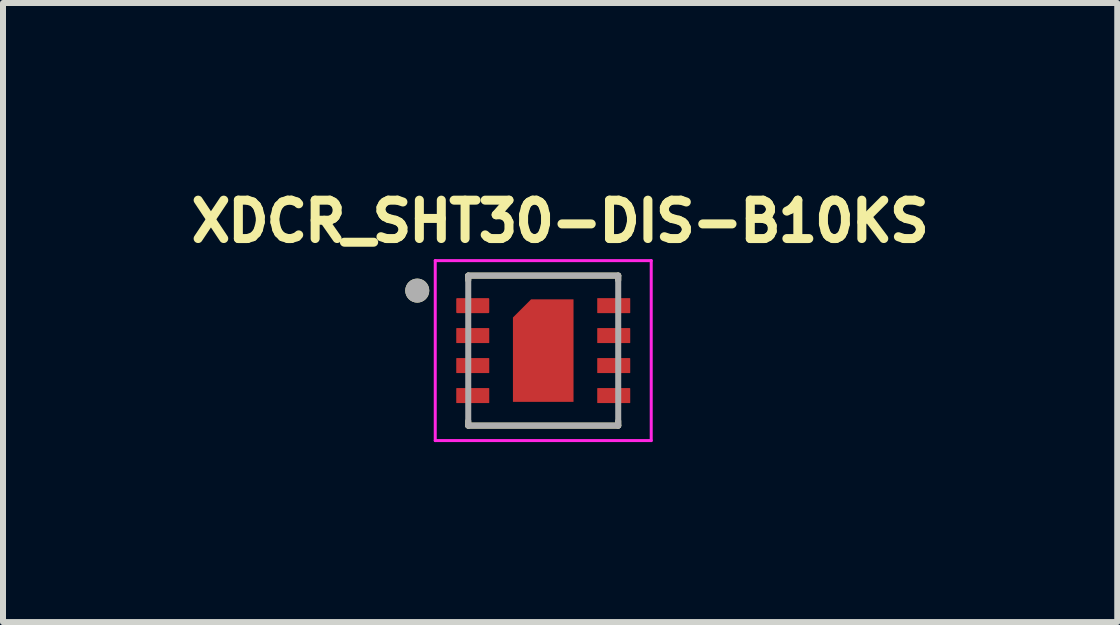
<source format=kicad_pcb>
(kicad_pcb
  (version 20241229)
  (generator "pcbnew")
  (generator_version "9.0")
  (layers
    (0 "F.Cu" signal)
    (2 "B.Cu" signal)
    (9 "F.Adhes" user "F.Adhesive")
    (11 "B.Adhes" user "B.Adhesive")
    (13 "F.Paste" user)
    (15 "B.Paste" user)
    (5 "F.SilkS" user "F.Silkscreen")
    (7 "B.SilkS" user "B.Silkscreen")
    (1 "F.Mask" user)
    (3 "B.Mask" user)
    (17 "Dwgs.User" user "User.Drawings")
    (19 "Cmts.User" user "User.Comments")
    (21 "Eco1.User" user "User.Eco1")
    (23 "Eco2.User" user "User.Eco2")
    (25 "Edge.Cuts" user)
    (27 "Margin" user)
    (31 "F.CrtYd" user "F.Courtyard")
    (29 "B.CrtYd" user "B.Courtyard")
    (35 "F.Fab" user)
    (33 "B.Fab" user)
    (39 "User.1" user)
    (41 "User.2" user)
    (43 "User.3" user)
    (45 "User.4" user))
  (footprint "XDCR_SHT30-DIS-B10KS"
    (layer "F.Cu")
    (at 6.005 2.794)
    (property "Reference" "XDCR_SHT30-DIS-B10KS" (at 0.282 -2.156 0) (layer "F.SilkS") (effects (font (size 0.64 0.64) (thickness 0.15))))
    (attr through_hole)
    (fp_poly (pts (xy -0.6 -0.621) (xy -0.6 0.85) (xy -0.6 0.855) (xy -0.599 0.86) (xy -0.599 0.866) (xy -0.598 0.871) (xy -0.597 0.876) (xy -0.595 0.881) (xy -0.593 0.886) (xy -0.591 0.891) (xy -0.589 0.895) (xy -0.587 0.9) (xy -0.584 0.904) (xy -0.581 0.909) (xy -0.578 0.913) (xy -0.574 0.917) (xy -0.571 0.921) (xy -0.567 0.924) (xy -0.563 0.928) (xy -0.559 0.931) (xy -0.554 0.934) (xy -0.55 0.937) (xy -0.545 0.939) (xy -0.541 0.941) (xy -0.536 0.943) (xy -0.531 0.945) (xy -0.526 0.947) (xy -0.521 0.948) (xy -0.516 0.949) (xy -0.51 0.949) (xy -0.505 0.95) (xy -0.5 0.95) (xy 0.5 0.95) (xy 0.505 0.95) (xy 0.51 0.949) (xy 0.516 0.949) (xy 0.521 0.948) (xy 0.526 0.947) (xy 0.531 0.945) (xy 0.536 0.943) (xy 0.541 0.941) (xy 0.545 0.939) (xy 0.55 0.937) (xy 0.554 0.934) (xy 0.559 0.931) (xy 0.563 0.928) (xy 0.567 0.924) (xy 0.571 0.921) (xy 0.574 0.917) (xy 0.578 0.913) (xy 0.581 0.909) (xy 0.584 0.904) (xy 0.587 0.9) (xy 0.589 0.895) (xy 0.591 0.891) (xy 0.593 0.886) (xy 0.595 0.881) (xy 0.597 0.876) (xy 0.598 0.871) (xy 0.599 0.866) (xy 0.599 0.86) (xy 0.6 0.855) (xy 0.6 0.85) (xy 0.6 -0.85) (xy 0.6 -0.855) (xy 0.599 -0.86) (xy 0.599 -0.866) (xy 0.598 -0.871) (xy 0.597 -0.876) (xy 0.595 -0.881) (xy 0.593 -0.886) (xy 0.591 -0.891) (xy 0.589 -0.895) (xy 0.587 -0.9) (xy 0.584 -0.904) (xy 0.581 -0.909) (xy 0.578 -0.913) (xy 0.574 -0.917) (xy 0.571 -0.921) (xy 0.567 -0.924) (xy 0.563 -0.928) (xy 0.559 -0.931) (xy 0.554 -0.934) (xy 0.55 -0.937) (xy 0.545 -0.939) (xy 0.541 -0.941) (xy 0.536 -0.943) (xy 0.531 -0.945) (xy 0.526 -0.947) (xy 0.521 -0.948) (xy 0.516 -0.949) (xy 0.51 -0.949) (xy 0.505 -0.95) (xy 0.5 -0.95) (xy -0.271 -0.95) (xy -0.6 -0.621) (xy -0.6 -0.621)) (stroke (width 0.01) (type solid)) (fill yes) (layer "F.Mask"))
    (fp_poly (pts (xy -1.5 -0.825) (xy -1.5 -0.675) (xy -1.5 -0.67) (xy -1.499 -0.665) (xy -1.499 -0.659) (xy -1.498 -0.654) (xy -1.497 -0.649) (xy -1.495 -0.644) (xy -1.493 -0.639) (xy -1.491 -0.634) (xy -1.489 -0.63) (xy -1.487 -0.625) (xy -1.484 -0.621) (xy -1.481 -0.616) (xy -1.478 -0.612) (xy -1.474 -0.608) (xy -1.471 -0.604) (xy -1.467 -0.601) (xy -1.463 -0.597) (xy -1.459 -0.594) (xy -1.454 -0.591) (xy -1.45 -0.588) (xy -1.445 -0.586) (xy -1.441 -0.584) (xy -1.436 -0.582) (xy -1.431 -0.58) (xy -1.426 -0.578) (xy -1.421 -0.577) (xy -1.416 -0.576) (xy -1.41 -0.576) (xy -1.405 -0.575) (xy -1.4 -0.575) (xy -0.95 -0.575) (xy -0.945 -0.575) (xy -0.94 -0.576) (xy -0.934 -0.576) (xy -0.929 -0.577) (xy -0.924 -0.578) (xy -0.919 -0.58) (xy -0.914 -0.582) (xy -0.909 -0.584) (xy -0.905 -0.586) (xy -0.9 -0.588) (xy -0.896 -0.591) (xy -0.891 -0.594) (xy -0.887 -0.597) (xy -0.883 -0.601) (xy -0.879 -0.604) (xy -0.876 -0.608) (xy -0.872 -0.612) (xy -0.869 -0.616) (xy -0.866 -0.621) (xy -0.863 -0.625) (xy -0.861 -0.63) (xy -0.859 -0.634) (xy -0.857 -0.639) (xy -0.855 -0.644) (xy -0.853 -0.649) (xy -0.852 -0.654) (xy -0.851 -0.659) (xy -0.851 -0.665) (xy -0.85 -0.67) (xy -0.85 -0.675) (xy -0.85 -0.825) (xy -0.85 -0.83) (xy -0.851 -0.835) (xy -0.851 -0.841) (xy -0.852 -0.846) (xy -0.853 -0.851) (xy -0.855 -0.856) (xy -0.857 -0.861) (xy -0.859 -0.866) (xy -0.861 -0.87) (xy -0.863 -0.875) (xy -0.866 -0.879) (xy -0.869 -0.884) (xy -0.872 -0.888) (xy -0.876 -0.892) (xy -0.879 -0.896) (xy -0.883 -0.899) (xy -0.887 -0.903) (xy -0.891 -0.906) (xy -0.896 -0.909) (xy -0.9 -0.912) (xy -0.905 -0.914) (xy -0.909 -0.916) (xy -0.914 -0.918) (xy -0.919 -0.92) (xy -0.924 -0.922) (xy -0.929 -0.923) (xy -0.934 -0.924) (xy -0.94 -0.924) (xy -0.945 -0.925) (xy -0.95 -0.925) (xy -1.4 -0.925) (xy -1.405 -0.925) (xy -1.41 -0.924) (xy -1.416 -0.924) (xy -1.421 -0.923) (xy -1.426 -0.922) (xy -1.431 -0.92) (xy -1.436 -0.918) (xy -1.441 -0.916) (xy -1.445 -0.914) (xy -1.45 -0.912) (xy -1.454 -0.909) (xy -1.459 -0.906) (xy -1.463 -0.903) (xy -1.467 -0.899) (xy -1.471 -0.896) (xy -1.474 -0.892) (xy -1.478 -0.888) (xy -1.481 -0.884) (xy -1.484 -0.879) (xy -1.487 -0.875) (xy -1.489 -0.87) (xy -1.491 -0.866) (xy -1.493 -0.861) (xy -1.495 -0.856) (xy -1.497 -0.851) (xy -1.498 -0.846) (xy -1.499 -0.841) (xy -1.499 -0.835) (xy -1.5 -0.83) (xy -1.5 -0.825)) (stroke (width 0.01) (type solid)) (fill yes) (layer "F.Mask"))
    (fp_poly (pts (xy -1.5 -0.375) (xy -1.5 -0.125) (xy -1.5 -0.122) (xy -1.5 -0.12) (xy -1.499 -0.117) (xy -1.499 -0.115) (xy -1.498 -0.112) (xy -1.498 -0.11) (xy -1.497 -0.107) (xy -1.496 -0.105) (xy -1.495 -0.102) (xy -1.493 -0.1) (xy -1.492 -0.098) (xy -1.49 -0.096) (xy -1.489 -0.094) (xy -1.487 -0.092) (xy -1.485 -0.09) (xy -1.483 -0.088) (xy -1.481 -0.086) (xy -1.479 -0.085) (xy -1.477 -0.083) (xy -1.475 -0.082) (xy -1.473 -0.08) (xy -1.47 -0.079) (xy -1.468 -0.078) (xy -1.465 -0.077) (xy -1.463 -0.077) (xy -1.46 -0.076) (xy -1.458 -0.076) (xy -1.455 -0.075) (xy -1.453 -0.075) (xy -1.45 -0.075) (xy -0.9 -0.075) (xy -0.897 -0.075) (xy -0.895 -0.075) (xy -0.892 -0.076) (xy -0.89 -0.076) (xy -0.887 -0.077) (xy -0.885 -0.077) (xy -0.882 -0.078) (xy -0.88 -0.079) (xy -0.877 -0.08) (xy -0.875 -0.082) (xy -0.873 -0.083) (xy -0.871 -0.085) (xy -0.869 -0.086) (xy -0.867 -0.088) (xy -0.865 -0.09) (xy -0.863 -0.092) (xy -0.861 -0.094) (xy -0.86 -0.096) (xy -0.858 -0.098) (xy -0.857 -0.1) (xy -0.855 -0.102) (xy -0.854 -0.105) (xy -0.853 -0.107) (xy -0.852 -0.11) (xy -0.852 -0.112) (xy -0.851 -0.115) (xy -0.851 -0.117) (xy -0.85 -0.12) (xy -0.85 -0.122) (xy -0.85 -0.125) (xy -0.85 -0.375) (xy -0.85 -0.378) (xy -0.85 -0.38) (xy -0.851 -0.383) (xy -0.851 -0.385) (xy -0.852 -0.388) (xy -0.852 -0.39) (xy -0.853 -0.393) (xy -0.854 -0.395) (xy -0.855 -0.398) (xy -0.857 -0.4) (xy -0.858 -0.402) (xy -0.86 -0.404) (xy -0.861 -0.406) (xy -0.863 -0.408) (xy -0.865 -0.41) (xy -0.867 -0.412) (xy -0.869 -0.414) (xy -0.871 -0.415) (xy -0.873 -0.417) (xy -0.875 -0.418) (xy -0.877 -0.42) (xy -0.88 -0.421) (xy -0.882 -0.422) (xy -0.885 -0.423) (xy -0.887 -0.423) (xy -0.89 -0.424) (xy -0.892 -0.424) (xy -0.895 -0.425) (xy -0.897 -0.425) (xy -0.9 -0.425) (xy -1.45 -0.425) (xy -1.453 -0.425) (xy -1.455 -0.425) (xy -1.458 -0.424) (xy -1.46 -0.424) (xy -1.463 -0.423) (xy -1.465 -0.423) (xy -1.468 -0.422) (xy -1.47 -0.421) (xy -1.473 -0.42) (xy -1.475 -0.418) (xy -1.477 -0.417) (xy -1.479 -0.415) (xy -1.481 -0.414) (xy -1.483 -0.412) (xy -1.485 -0.41) (xy -1.487 -0.408) (xy -1.489 -0.406) (xy -1.49 -0.404) (xy -1.492 -0.402) (xy -1.493 -0.4) (xy -1.495 -0.398) (xy -1.496 -0.395) (xy -1.497 -0.393) (xy -1.498 -0.39) (xy -1.498 -0.388) (xy -1.499 -0.385) (xy -1.499 -0.383) (xy -1.5 -0.38) (xy -1.5 -0.378) (xy -1.5 -0.375)) (stroke (width 0.01) (type solid)) (fill yes) (layer "F.Mask"))
    (fp_poly (pts (xy -1.5 0.125) (xy -1.5 0.375) (xy -1.5 0.378) (xy -1.5 0.38) (xy -1.499 0.383) (xy -1.499 0.385) (xy -1.498 0.388) (xy -1.498 0.39) (xy -1.497 0.393) (xy -1.496 0.395) (xy -1.495 0.398) (xy -1.493 0.4) (xy -1.492 0.402) (xy -1.49 0.404) (xy -1.489 0.406) (xy -1.487 0.408) (xy -1.485 0.41) (xy -1.483 0.412) (xy -1.481 0.414) (xy -1.479 0.415) (xy -1.477 0.417) (xy -1.475 0.418) (xy -1.473 0.42) (xy -1.47 0.421) (xy -1.468 0.422) (xy -1.465 0.423) (xy -1.463 0.423) (xy -1.46 0.424) (xy -1.458 0.424) (xy -1.455 0.425) (xy -1.453 0.425) (xy -1.45 0.425) (xy -0.9 0.425) (xy -0.897 0.425) (xy -0.895 0.425) (xy -0.892 0.424) (xy -0.89 0.424) (xy -0.887 0.423) (xy -0.885 0.423) (xy -0.882 0.422) (xy -0.88 0.421) (xy -0.877 0.42) (xy -0.875 0.418) (xy -0.873 0.417) (xy -0.871 0.415) (xy -0.869 0.414) (xy -0.867 0.412) (xy -0.865 0.41) (xy -0.863 0.408) (xy -0.861 0.406) (xy -0.86 0.404) (xy -0.858 0.402) (xy -0.857 0.4) (xy -0.855 0.398) (xy -0.854 0.395) (xy -0.853 0.393) (xy -0.852 0.39) (xy -0.852 0.388) (xy -0.851 0.385) (xy -0.851 0.383) (xy -0.85 0.38) (xy -0.85 0.378) (xy -0.85 0.375) (xy -0.85 0.125) (xy -0.85 0.122) (xy -0.85 0.12) (xy -0.851 0.117) (xy -0.851 0.115) (xy -0.852 0.112) (xy -0.852 0.11) (xy -0.853 0.107) (xy -0.854 0.105) (xy -0.855 0.102) (xy -0.857 0.1) (xy -0.858 0.098) (xy -0.86 0.096) (xy -0.861 0.094) (xy -0.863 0.092) (xy -0.865 0.09) (xy -0.867 0.088) (xy -0.869 0.086) (xy -0.871 0.085) (xy -0.873 0.083) (xy -0.875 0.082) (xy -0.877 0.08) (xy -0.88 0.079) (xy -0.882 0.078) (xy -0.885 0.077) (xy -0.887 0.077) (xy -0.89 0.076) (xy -0.892 0.076) (xy -0.895 0.075) (xy -0.897 0.075) (xy -0.9 0.075) (xy -1.45 0.075) (xy -1.453 0.075) (xy -1.455 0.075) (xy -1.458 0.076) (xy -1.46 0.076) (xy -1.463 0.077) (xy -1.465 0.077) (xy -1.468 0.078) (xy -1.47 0.079) (xy -1.473 0.08) (xy -1.475 0.082) (xy -1.477 0.083) (xy -1.479 0.085) (xy -1.481 0.086) (xy -1.483 0.088) (xy -1.485 0.09) (xy -1.487 0.092) (xy -1.489 0.094) (xy -1.49 0.096) (xy -1.492 0.098) (xy -1.493 0.1) (xy -1.495 0.102) (xy -1.496 0.105) (xy -1.497 0.107) (xy -1.498 0.11) (xy -1.498 0.112) (xy -1.499 0.115) (xy -1.499 0.117) (xy -1.5 0.12) (xy -1.5 0.122) (xy -1.5 0.125)) (stroke (width 0.01) (type solid)) (fill yes) (layer "F.Mask"))
    (fp_poly (pts (xy -1.5 0.625) (xy -1.5 0.875) (xy -1.5 0.878) (xy -1.5 0.88) (xy -1.499 0.883) (xy -1.499 0.885) (xy -1.498 0.888) (xy -1.498 0.89) (xy -1.497 0.893) (xy -1.496 0.895) (xy -1.495 0.898) (xy -1.493 0.9) (xy -1.492 0.902) (xy -1.49 0.904) (xy -1.489 0.906) (xy -1.487 0.908) (xy -1.485 0.91) (xy -1.483 0.912) (xy -1.481 0.914) (xy -1.479 0.915) (xy -1.477 0.917) (xy -1.475 0.918) (xy -1.473 0.92) (xy -1.47 0.921) (xy -1.468 0.922) (xy -1.465 0.923) (xy -1.463 0.923) (xy -1.46 0.924) (xy -1.458 0.924) (xy -1.455 0.925) (xy -1.453 0.925) (xy -1.45 0.925) (xy -0.9 0.925) (xy -0.897 0.925) (xy -0.895 0.925) (xy -0.892 0.924) (xy -0.89 0.924) (xy -0.887 0.923) (xy -0.885 0.923) (xy -0.882 0.922) (xy -0.88 0.921) (xy -0.877 0.92) (xy -0.875 0.918) (xy -0.873 0.917) (xy -0.871 0.915) (xy -0.869 0.914) (xy -0.867 0.912) (xy -0.865 0.91) (xy -0.863 0.908) (xy -0.861 0.906) (xy -0.86 0.904) (xy -0.858 0.902) (xy -0.857 0.9) (xy -0.855 0.898) (xy -0.854 0.895) (xy -0.853 0.893) (xy -0.852 0.89) (xy -0.852 0.888) (xy -0.851 0.885) (xy -0.851 0.883) (xy -0.85 0.88) (xy -0.85 0.878) (xy -0.85 0.875) (xy -0.85 0.625) (xy -0.85 0.622) (xy -0.85 0.62) (xy -0.851 0.617) (xy -0.851 0.615) (xy -0.852 0.612) (xy -0.852 0.61) (xy -0.853 0.607) (xy -0.854 0.605) (xy -0.855 0.602) (xy -0.857 0.6) (xy -0.858 0.598) (xy -0.86 0.596) (xy -0.861 0.594) (xy -0.863 0.592) (xy -0.865 0.59) (xy -0.867 0.588) (xy -0.869 0.586) (xy -0.871 0.585) (xy -0.873 0.583) (xy -0.875 0.582) (xy -0.877 0.58) (xy -0.88 0.579) (xy -0.882 0.578) (xy -0.885 0.577) (xy -0.887 0.577) (xy -0.89 0.576) (xy -0.892 0.576) (xy -0.895 0.575) (xy -0.897 0.575) (xy -0.9 0.575) (xy -1.45 0.575) (xy -1.453 0.575) (xy -1.455 0.575) (xy -1.458 0.576) (xy -1.46 0.576) (xy -1.463 0.577) (xy -1.465 0.577) (xy -1.468 0.578) (xy -1.47 0.579) (xy -1.473 0.58) (xy -1.475 0.582) (xy -1.477 0.583) (xy -1.479 0.585) (xy -1.481 0.586) (xy -1.483 0.588) (xy -1.485 0.59) (xy -1.487 0.592) (xy -1.489 0.594) (xy -1.49 0.596) (xy -1.492 0.598) (xy -1.493 0.6) (xy -1.495 0.602) (xy -1.496 0.605) (xy -1.497 0.607) (xy -1.498 0.61) (xy -1.498 0.612) (xy -1.499 0.615) (xy -1.499 0.617) (xy -1.5 0.62) (xy -1.5 0.622) (xy -1.5 0.625)) (stroke (width 0.01) (type solid)) (fill yes) (layer "F.Mask"))
    (fp_poly (pts (xy 1.5 -0.875) (xy 1.5 -0.625) (xy 1.5 -0.622) (xy 1.5 -0.62) (xy 1.499 -0.617) (xy 1.499 -0.615) (xy 1.498 -0.612) (xy 1.498 -0.61) (xy 1.497 -0.607) (xy 1.496 -0.605) (xy 1.495 -0.602) (xy 1.493 -0.6) (xy 1.492 -0.598) (xy 1.49 -0.596) (xy 1.489 -0.594) (xy 1.487 -0.592) (xy 1.485 -0.59) (xy 1.483 -0.588) (xy 1.481 -0.586) (xy 1.479 -0.585) (xy 1.477 -0.583) (xy 1.475 -0.582) (xy 1.473 -0.58) (xy 1.47 -0.579) (xy 1.468 -0.578) (xy 1.465 -0.577) (xy 1.463 -0.577) (xy 1.46 -0.576) (xy 1.458 -0.576) (xy 1.455 -0.575) (xy 1.453 -0.575) (xy 1.45 -0.575) (xy 0.9 -0.575) (xy 0.897 -0.575) (xy 0.895 -0.575) (xy 0.892 -0.576) (xy 0.89 -0.576) (xy 0.887 -0.577) (xy 0.885 -0.577) (xy 0.882 -0.578) (xy 0.88 -0.579) (xy 0.877 -0.58) (xy 0.875 -0.582) (xy 0.873 -0.583) (xy 0.871 -0.585) (xy 0.869 -0.586) (xy 0.867 -0.588) (xy 0.865 -0.59) (xy 0.863 -0.592) (xy 0.861 -0.594) (xy 0.86 -0.596) (xy 0.858 -0.598) (xy 0.857 -0.6) (xy 0.855 -0.602) (xy 0.854 -0.605) (xy 0.853 -0.607) (xy 0.852 -0.61) (xy 0.852 -0.612) (xy 0.851 -0.615) (xy 0.851 -0.617) (xy 0.85 -0.62) (xy 0.85 -0.622) (xy 0.85 -0.625) (xy 0.85 -0.875) (xy 0.85 -0.878) (xy 0.85 -0.88) (xy 0.851 -0.883) (xy 0.851 -0.885) (xy 0.852 -0.888) (xy 0.852 -0.89) (xy 0.853 -0.893) (xy 0.854 -0.895) (xy 0.855 -0.898) (xy 0.857 -0.9) (xy 0.858 -0.902) (xy 0.86 -0.904) (xy 0.861 -0.906) (xy 0.863 -0.908) (xy 0.865 -0.91) (xy 0.867 -0.912) (xy 0.869 -0.914) (xy 0.871 -0.915) (xy 0.873 -0.917) (xy 0.875 -0.918) (xy 0.877 -0.92) (xy 0.88 -0.921) (xy 0.882 -0.922) (xy 0.885 -0.923) (xy 0.887 -0.923) (xy 0.89 -0.924) (xy 0.892 -0.924) (xy 0.895 -0.925) (xy 0.897 -0.925) (xy 0.9 -0.925) (xy 1.45 -0.925) (xy 1.453 -0.925) (xy 1.455 -0.925) (xy 1.458 -0.924) (xy 1.46 -0.924) (xy 1.463 -0.923) (xy 1.465 -0.923) (xy 1.468 -0.922) (xy 1.47 -0.921) (xy 1.473 -0.92) (xy 1.475 -0.918) (xy 1.477 -0.917) (xy 1.479 -0.915) (xy 1.481 -0.914) (xy 1.483 -0.912) (xy 1.485 -0.91) (xy 1.487 -0.908) (xy 1.489 -0.906) (xy 1.49 -0.904) (xy 1.492 -0.902) (xy 1.493 -0.9) (xy 1.495 -0.898) (xy 1.496 -0.895) (xy 1.497 -0.893) (xy 1.498 -0.89) (xy 1.498 -0.888) (xy 1.499 -0.885) (xy 1.499 -0.883) (xy 1.5 -0.88) (xy 1.5 -0.878) (xy 1.5 -0.875)) (stroke (width 0.01) (type solid)) (fill yes) (layer "F.Mask"))
    (fp_poly (pts (xy 1.5 -0.375) (xy 1.5 -0.125) (xy 1.5 -0.122) (xy 1.5 -0.12) (xy 1.499 -0.117) (xy 1.499 -0.115) (xy 1.498 -0.112) (xy 1.498 -0.11) (xy 1.497 -0.107) (xy 1.496 -0.105) (xy 1.495 -0.102) (xy 1.493 -0.1) (xy 1.492 -0.098) (xy 1.49 -0.096) (xy 1.489 -0.094) (xy 1.487 -0.092) (xy 1.485 -0.09) (xy 1.483 -0.088) (xy 1.481 -0.086) (xy 1.479 -0.085) (xy 1.477 -0.083) (xy 1.475 -0.082) (xy 1.473 -0.08) (xy 1.47 -0.079) (xy 1.468 -0.078) (xy 1.465 -0.077) (xy 1.463 -0.077) (xy 1.46 -0.076) (xy 1.458 -0.076) (xy 1.455 -0.075) (xy 1.453 -0.075) (xy 1.45 -0.075) (xy 0.9 -0.075) (xy 0.897 -0.075) (xy 0.895 -0.075) (xy 0.892 -0.076) (xy 0.89 -0.076) (xy 0.887 -0.077) (xy 0.885 -0.077) (xy 0.882 -0.078) (xy 0.88 -0.079) (xy 0.877 -0.08) (xy 0.875 -0.082) (xy 0.873 -0.083) (xy 0.871 -0.085) (xy 0.869 -0.086) (xy 0.867 -0.088) (xy 0.865 -0.09) (xy 0.863 -0.092) (xy 0.861 -0.094) (xy 0.86 -0.096) (xy 0.858 -0.098) (xy 0.857 -0.1) (xy 0.855 -0.102) (xy 0.854 -0.105) (xy 0.853 -0.107) (xy 0.852 -0.11) (xy 0.852 -0.112) (xy 0.851 -0.115) (xy 0.851 -0.117) (xy 0.85 -0.12) (xy 0.85 -0.122) (xy 0.85 -0.125) (xy 0.85 -0.375) (xy 0.85 -0.378) (xy 0.85 -0.38) (xy 0.851 -0.383) (xy 0.851 -0.385) (xy 0.852 -0.388) (xy 0.852 -0.39) (xy 0.853 -0.393) (xy 0.854 -0.395) (xy 0.855 -0.398) (xy 0.857 -0.4) (xy 0.858 -0.402) (xy 0.86 -0.404) (xy 0.861 -0.406) (xy 0.863 -0.408) (xy 0.865 -0.41) (xy 0.867 -0.412) (xy 0.869 -0.414) (xy 0.871 -0.415) (xy 0.873 -0.417) (xy 0.875 -0.418) (xy 0.877 -0.42) (xy 0.88 -0.421) (xy 0.882 -0.422) (xy 0.885 -0.423) (xy 0.887 -0.423) (xy 0.89 -0.424) (xy 0.892 -0.424) (xy 0.895 -0.425) (xy 0.897 -0.425) (xy 0.9 -0.425) (xy 1.45 -0.425) (xy 1.453 -0.425) (xy 1.455 -0.425) (xy 1.458 -0.424) (xy 1.46 -0.424) (xy 1.463 -0.423) (xy 1.465 -0.423) (xy 1.468 -0.422) (xy 1.47 -0.421) (xy 1.473 -0.42) (xy 1.475 -0.418) (xy 1.477 -0.417) (xy 1.479 -0.415) (xy 1.481 -0.414) (xy 1.483 -0.412) (xy 1.485 -0.41) (xy 1.487 -0.408) (xy 1.489 -0.406) (xy 1.49 -0.404) (xy 1.492 -0.402) (xy 1.493 -0.4) (xy 1.495 -0.398) (xy 1.496 -0.395) (xy 1.497 -0.393) (xy 1.498 -0.39) (xy 1.498 -0.388) (xy 1.499 -0.385) (xy 1.499 -0.383) (xy 1.5 -0.38) (xy 1.5 -0.378) (xy 1.5 -0.375)) (stroke (width 0.01) (type solid)) (fill yes) (layer "F.Mask"))
    (fp_poly (pts (xy 1.5 0.125) (xy 1.5 0.375) (xy 1.5 0.378) (xy 1.5 0.38) (xy 1.499 0.383) (xy 1.499 0.385) (xy 1.498 0.388) (xy 1.498 0.39) (xy 1.497 0.393) (xy 1.496 0.395) (xy 1.495 0.398) (xy 1.493 0.4) (xy 1.492 0.402) (xy 1.49 0.404) (xy 1.489 0.406) (xy 1.487 0.408) (xy 1.485 0.41) (xy 1.483 0.412) (xy 1.481 0.414) (xy 1.479 0.415) (xy 1.477 0.417) (xy 1.475 0.418) (xy 1.473 0.42) (xy 1.47 0.421) (xy 1.468 0.422) (xy 1.465 0.423) (xy 1.463 0.423) (xy 1.46 0.424) (xy 1.458 0.424) (xy 1.455 0.425) (xy 1.453 0.425) (xy 1.45 0.425) (xy 0.9 0.425) (xy 0.897 0.425) (xy 0.895 0.425) (xy 0.892 0.424) (xy 0.89 0.424) (xy 0.887 0.423) (xy 0.885 0.423) (xy 0.882 0.422) (xy 0.88 0.421) (xy 0.877 0.42) (xy 0.875 0.418) (xy 0.873 0.417) (xy 0.871 0.415) (xy 0.869 0.414) (xy 0.867 0.412) (xy 0.865 0.41) (xy 0.863 0.408) (xy 0.861 0.406) (xy 0.86 0.404) (xy 0.858 0.402) (xy 0.857 0.4) (xy 0.855 0.398) (xy 0.854 0.395) (xy 0.853 0.393) (xy 0.852 0.39) (xy 0.852 0.388) (xy 0.851 0.385) (xy 0.851 0.383) (xy 0.85 0.38) (xy 0.85 0.378) (xy 0.85 0.375) (xy 0.85 0.125) (xy 0.85 0.122) (xy 0.85 0.12) (xy 0.851 0.117) (xy 0.851 0.115) (xy 0.852 0.112) (xy 0.852 0.11) (xy 0.853 0.107) (xy 0.854 0.105) (xy 0.855 0.102) (xy 0.857 0.1) (xy 0.858 0.098) (xy 0.86 0.096) (xy 0.861 0.094) (xy 0.863 0.092) (xy 0.865 0.09) (xy 0.867 0.088) (xy 0.869 0.086) (xy 0.871 0.085) (xy 0.873 0.083) (xy 0.875 0.082) (xy 0.877 0.08) (xy 0.88 0.079) (xy 0.882 0.078) (xy 0.885 0.077) (xy 0.887 0.077) (xy 0.89 0.076) (xy 0.892 0.076) (xy 0.895 0.075) (xy 0.897 0.075) (xy 0.9 0.075) (xy 1.45 0.075) (xy 1.453 0.075) (xy 1.455 0.075) (xy 1.458 0.076) (xy 1.46 0.076) (xy 1.463 0.077) (xy 1.465 0.077) (xy 1.468 0.078) (xy 1.47 0.079) (xy 1.473 0.08) (xy 1.475 0.082) (xy 1.477 0.083) (xy 1.479 0.085) (xy 1.481 0.086) (xy 1.483 0.088) (xy 1.485 0.09) (xy 1.487 0.092) (xy 1.489 0.094) (xy 1.49 0.096) (xy 1.492 0.098) (xy 1.493 0.1) (xy 1.495 0.102) (xy 1.496 0.105) (xy 1.497 0.107) (xy 1.498 0.11) (xy 1.498 0.112) (xy 1.499 0.115) (xy 1.499 0.117) (xy 1.5 0.12) (xy 1.5 0.122) (xy 1.5 0.125)) (stroke (width 0.01) (type solid)) (fill yes) (layer "F.Mask"))
    (fp_poly (pts (xy 1.5 0.625) (xy 1.5 0.875) (xy 1.5 0.878) (xy 1.5 0.88) (xy 1.499 0.883) (xy 1.499 0.885) (xy 1.498 0.888) (xy 1.498 0.89) (xy 1.497 0.893) (xy 1.496 0.895) (xy 1.495 0.898) (xy 1.493 0.9) (xy 1.492 0.902) (xy 1.49 0.904) (xy 1.489 0.906) (xy 1.487 0.908) (xy 1.485 0.91) (xy 1.483 0.912) (xy 1.481 0.914) (xy 1.479 0.915) (xy 1.477 0.917) (xy 1.475 0.918) (xy 1.473 0.92) (xy 1.47 0.921) (xy 1.468 0.922) (xy 1.465 0.923) (xy 1.463 0.923) (xy 1.46 0.924) (xy 1.458 0.924) (xy 1.455 0.925) (xy 1.453 0.925) (xy 1.45 0.925) (xy 0.9 0.925) (xy 0.897 0.925) (xy 0.895 0.925) (xy 0.892 0.924) (xy 0.89 0.924) (xy 0.887 0.923) (xy 0.885 0.923) (xy 0.882 0.922) (xy 0.88 0.921) (xy 0.877 0.92) (xy 0.875 0.918) (xy 0.873 0.917) (xy 0.871 0.915) (xy 0.869 0.914) (xy 0.867 0.912) (xy 0.865 0.91) (xy 0.863 0.908) (xy 0.861 0.906) (xy 0.86 0.904) (xy 0.858 0.902) (xy 0.857 0.9) (xy 0.855 0.898) (xy 0.854 0.895) (xy 0.853 0.893) (xy 0.852 0.89) (xy 0.852 0.888) (xy 0.851 0.885) (xy 0.851 0.883) (xy 0.85 0.88) (xy 0.85 0.878) (xy 0.85 0.875) (xy 0.85 0.625) (xy 0.85 0.622) (xy 0.85 0.62) (xy 0.851 0.617) (xy 0.851 0.615) (xy 0.852 0.612) (xy 0.852 0.61) (xy 0.853 0.607) (xy 0.854 0.605) (xy 0.855 0.602) (xy 0.857 0.6) (xy 0.858 0.598) (xy 0.86 0.596) (xy 0.861 0.594) (xy 0.863 0.592) (xy 0.865 0.59) (xy 0.867 0.588) (xy 0.869 0.586) (xy 0.871 0.585) (xy 0.873 0.583) (xy 0.875 0.582) (xy 0.877 0.58) (xy 0.88 0.579) (xy 0.882 0.578) (xy 0.885 0.577) (xy 0.887 0.577) (xy 0.89 0.576) (xy 0.892 0.576) (xy 0.895 0.575) (xy 0.897 0.575) (xy 0.9 0.575) (xy 1.45 0.575) (xy 1.453 0.575) (xy 1.455 0.575) (xy 1.458 0.576) (xy 1.46 0.576) (xy 1.463 0.577) (xy 1.465 0.577) (xy 1.468 0.578) (xy 1.47 0.579) (xy 1.473 0.58) (xy 1.475 0.582) (xy 1.477 0.583) (xy 1.479 0.585) (xy 1.481 0.586) (xy 1.483 0.588) (xy 1.485 0.59) (xy 1.487 0.592) (xy 1.489 0.594) (xy 1.49 0.596) (xy 1.492 0.598) (xy 1.493 0.6) (xy 1.495 0.602) (xy 1.496 0.605) (xy 1.497 0.607) (xy 1.498 0.61) (xy 1.498 0.612) (xy 1.499 0.615) (xy 1.499 0.617) (xy 1.5 0.62) (xy 1.5 0.622) (xy 1.5 0.625)) (stroke (width 0.01) (type solid)) (fill yes) (layer "F.Mask"))
    (fp_line (start -1.25 -1.25) (end -1.25 -1.175) (stroke (width 0.1) (type solid)) (layer "F.SilkS"))
    (fp_line (start -1.25 1.25) (end -1.25 1.175) (stroke (width 0.1) (type solid)) (layer "F.SilkS"))
    (fp_line (start -1.25 1.25) (end 1.25 1.25) (stroke (width 0.1) (type solid)) (layer "F.SilkS"))
    (fp_line (start 1.25 -1.25) (end -1.25 -1.25) (stroke (width 0.1) (type solid)) (layer "F.SilkS"))
    (fp_line (start 1.25 -1.25) (end 1.25 -1.175) (stroke (width 0.1) (type solid)) (layer "F.SilkS"))
    (fp_line (start 1.25 1.25) (end 1.25 1.175) (stroke (width 0.1) (type solid)) (layer "F.SilkS"))
    (fp_circle (center -2.1 -1) (end -2 -1) (stroke (width 0.2) (type solid)) (fill no) (layer "F.SilkS"))
    (fp_poly (pts (xy -0.4 -0.45) (xy -0.1 -0.75) (xy 0.4 -0.75) (xy 0.4 0.75) (xy -0.4 0.75)) (stroke (width 0.01) (type solid)) (fill yes) (layer "F.Paste"))
    (fp_line (start -1.8 -1.5) (end -1.8 1.5) (stroke (width 0.05) (type solid)) (layer "F.CrtYd"))
    (fp_line (start -1.8 1.5) (end 1.8 1.5) (stroke (width 0.05) (type solid)) (layer "F.CrtYd"))
    (fp_line (start 1.8 -1.5) (end -1.8 -1.5) (stroke (width 0.05) (type solid)) (layer "F.CrtYd"))
    (fp_line (start 1.8 1.5) (end 1.8 -1.5) (stroke (width 0.05) (type solid)) (layer "F.CrtYd"))
    (fp_line (start -1.25 -1.25) (end -1.25 1.25) (stroke (width 0.1) (type solid)) (layer "F.Fab"))
    (fp_line (start -1.25 -1.25) (end 1.25 -1.25) (stroke (width 0.1) (type solid)) (layer "F.Fab"))
    (fp_line (start 1.25 1.25) (end -1.25 1.25) (stroke (width 0.1) (type solid)) (layer "F.Fab"))
    (fp_line (start 1.25 1.25) (end 1.25 -1.25) (stroke (width 0.1) (type solid)) (layer "F.Fab"))
    (fp_circle (center -2.1 -1) (end -2 -1) (stroke (width 0.2) (type solid)) (fill no) (layer "F.Fab"))
    (pad "1" smd roundrect (at -1.175 -0.75) (size 0.55 0.25) (layers "F.Cu" "F.Paste") (roundrect_rratio 0.06))
    (pad "2" smd roundrect (at -1.175 -0.25) (size 0.55 0.25) (layers "F.Cu" "F.Paste") (roundrect_rratio 0.03))
    (pad "3" smd roundrect (at -1.175 0.25) (size 0.55 0.25) (layers "F.Cu" "F.Paste") (roundrect_rratio 0.03))
    (pad "4" smd roundrect (at -1.175 0.75) (size 0.55 0.25) (layers "F.Cu" "F.Paste") (roundrect_rratio 0.03))
    (pad "5" smd roundrect (at 1.175 0.75) (size 0.55 0.25) (layers "F.Cu" "F.Paste") (roundrect_rratio 0.03))
    (pad "6" smd roundrect (at 1.175 0.25) (size 0.55 0.25) (layers "F.Cu" "F.Paste") (roundrect_rratio 0.03))
    (pad "7" smd roundrect (at 1.175 -0.25) (size 0.55 0.25) (layers "F.Cu" "F.Paste") (roundrect_rratio 0.03))
    (pad "8" smd roundrect (at 1.175 -0.75) (size 0.55 0.25) (layers "F.Cu" "F.Paste") (roundrect_rratio 0.03))
    (pad "9" smd custom (at 0 0) (size 1 1) (layers "F.Cu") (options (anchor rect)) (primitives (gr_poly (pts (xy -0.5 -0.55) (xy -0.2 -0.85) (xy 0.5 -0.85) (xy 0.5 0.85) (xy -0.5 0.85)) (width 0.01) (fill yes)))))
  (gr_rect
    (start -3 -3)
    (end 15.573 7.319)
    (stroke (width 0.1) (type default))
    (fill no)
    (layer "Edge.Cuts")))
</source>
